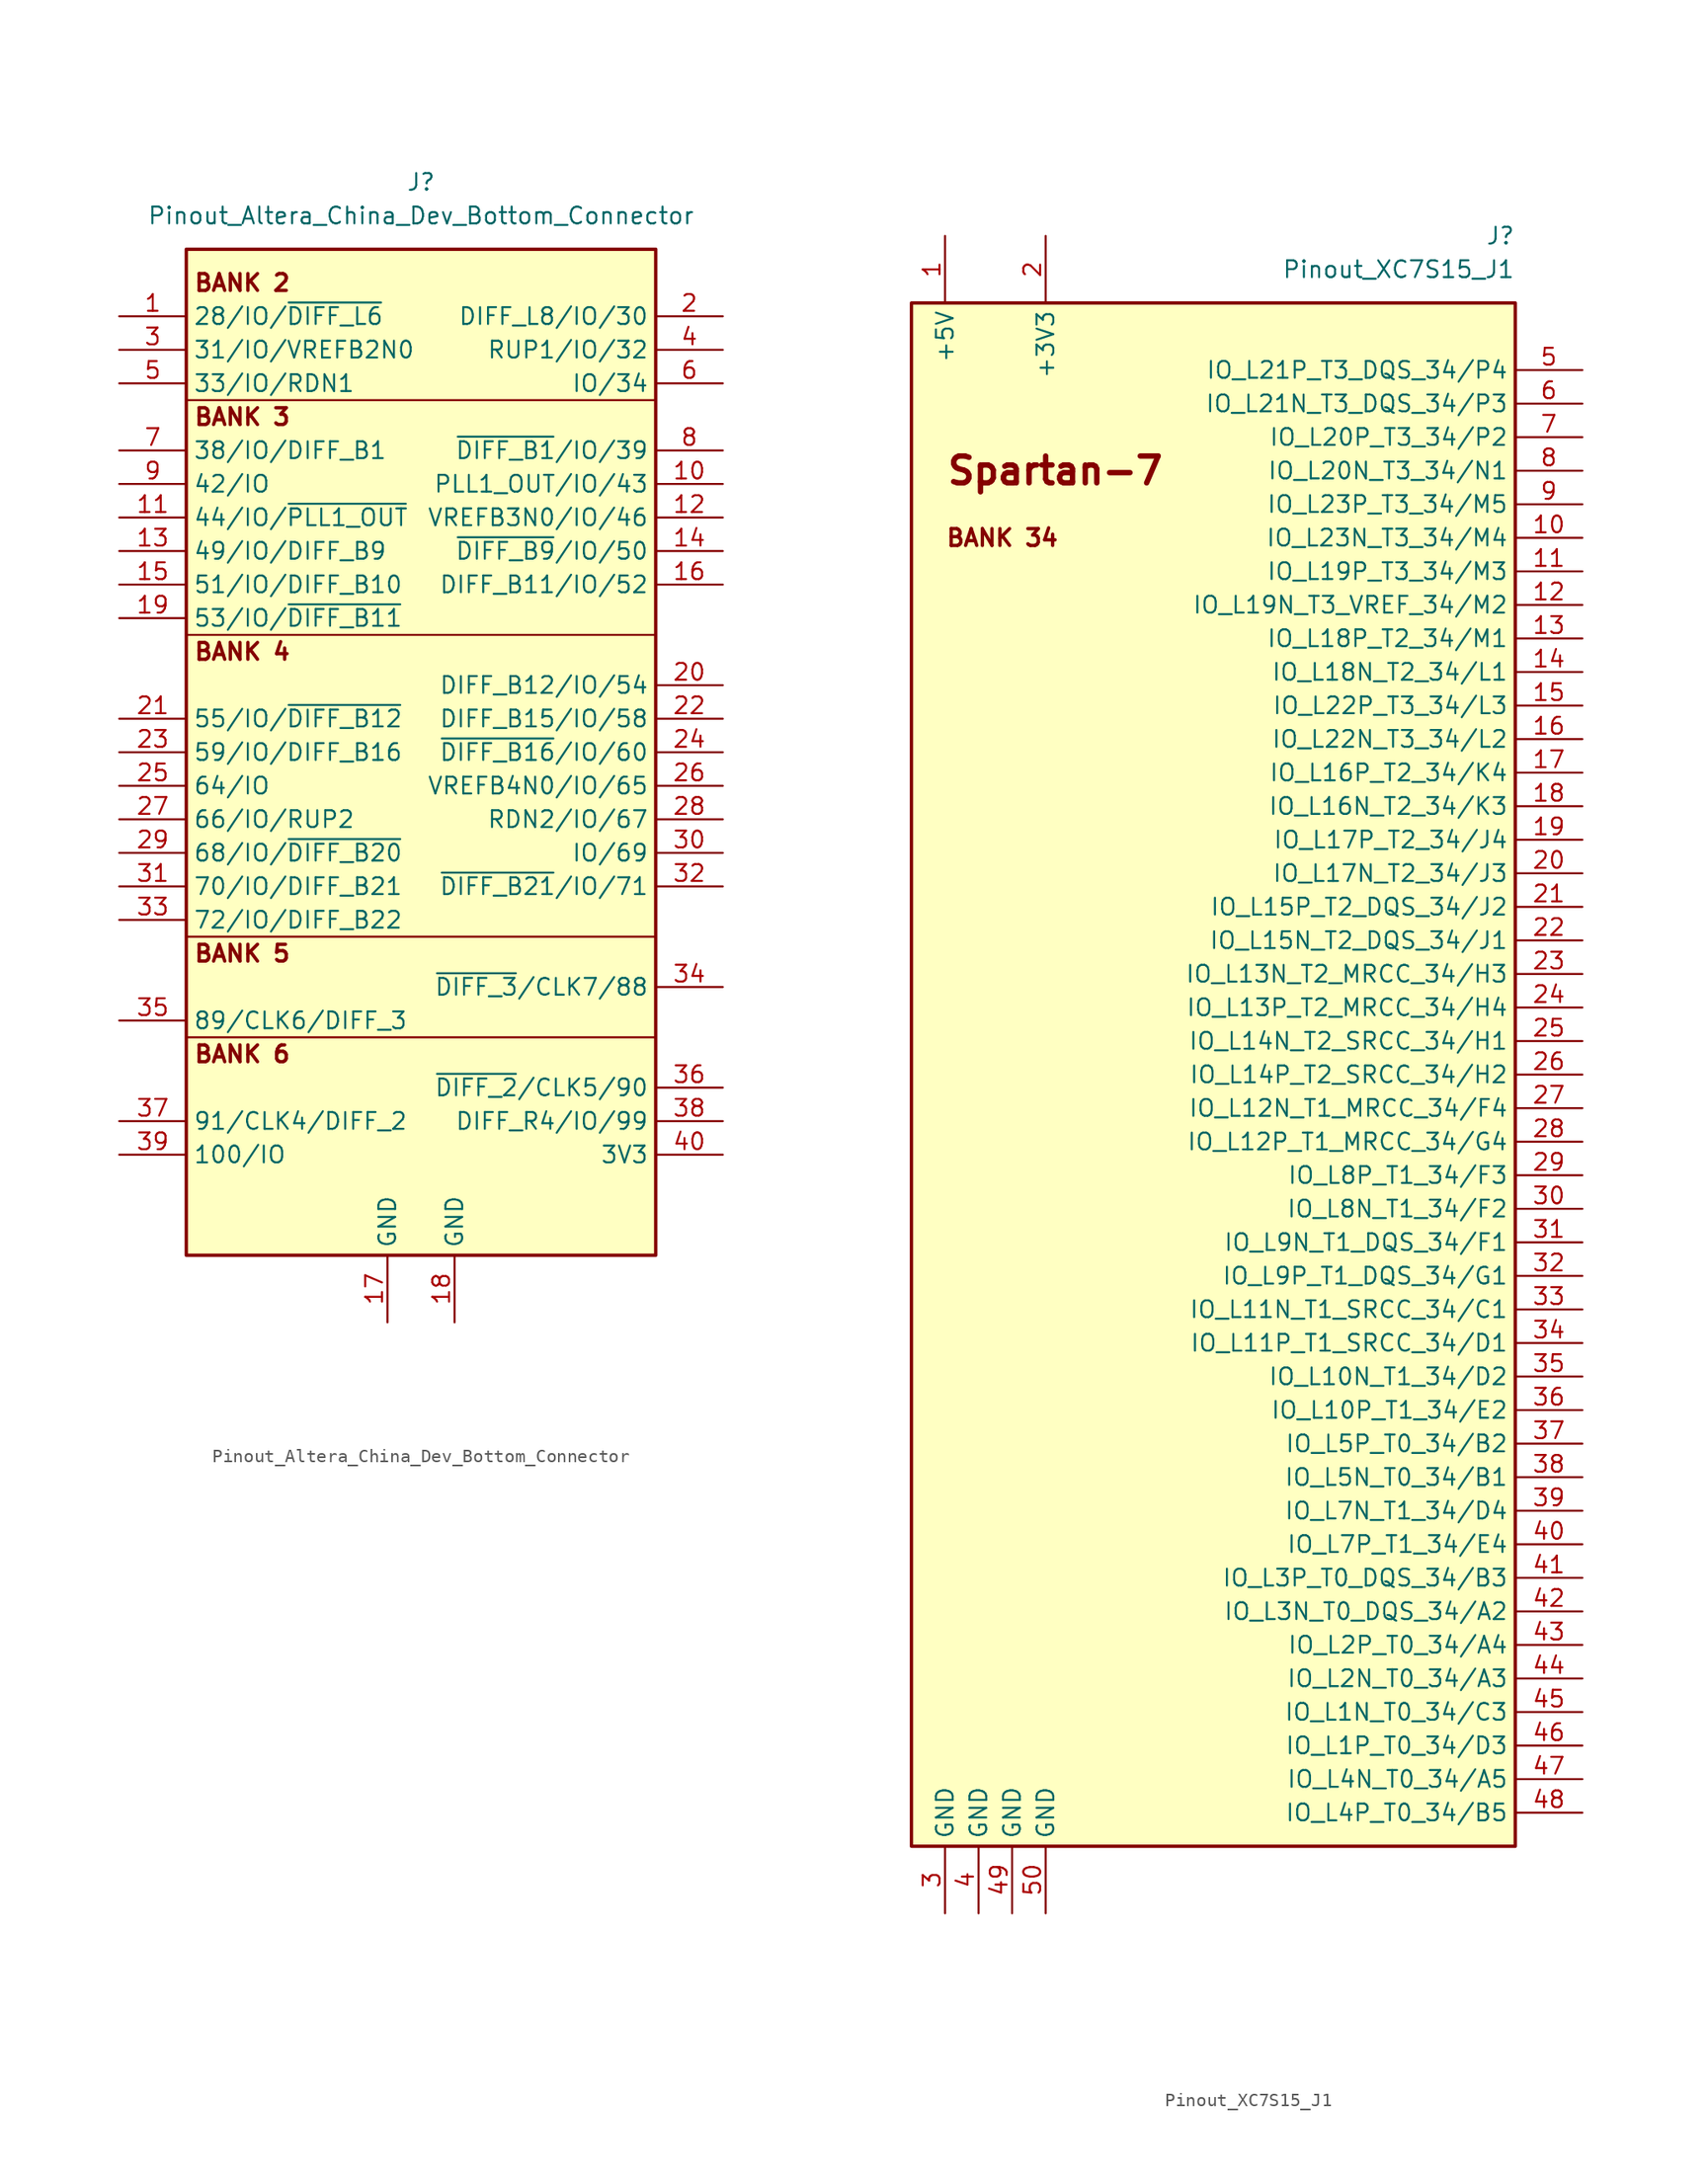
<source format=kicad_sym>
(kicad_symbol_lib
  (version 20201005)
  (generator kicad_symbol_editor)
  (symbol "KLIB_Connector_Pinout:Pinout_Altera_China_Dev_Bottom_Connector"
    (property "Reference" "J"
      (at 0 43.18 0)
      (effects (font (size 1.27 1.27))))
    (property "Value" "Pinout_Altera_China_Dev_Bottom_Connector"
      (at 0 40.64 0)
      (effects (font (size 1.27 1.27))))
    (symbol "Pinout_Altera_China_Dev_Bottom_Connector_0_0"
      (text "BANK 2" (at -17.272 35.56 0) (effects (font (size 1.27 1.27) bold) (justify left)))
      (text "BANK 3" (at -17.272 25.4 0) (effects (font (size 1.27 1.27) bold) (justify left)))
      (text "BANK 4" (at -17.272 7.62 0) (effects (font (size 1.27 1.27) bold) (justify left)))
      (text "BANK 5" (at -17.272 -15.24 0) (effects (font (size 1.27 1.27) bold) (justify left)))
      (text "BANK 6" (at -17.272 -22.86 0) (effects (font (size 1.27 1.27) bold) (justify left)))
      (polyline (pts (xy -17.78 -21.59) (xy 17.78 -21.59)) (stroke (width 0)) (fill (type none)))
      (polyline (pts (xy -17.78 -13.97) (xy 17.78 -13.97)) (stroke (width 0)) (fill (type none)))
      (polyline (pts (xy -17.78 8.89) (xy 17.78 8.89)) (stroke (width 0)) (fill (type none)))
      (polyline (pts (xy -17.78 26.67) (xy 17.78 26.67)) (stroke (width 0)) (fill (type none))))
    (symbol "Pinout_Altera_China_Dev_Bottom_Connector_0_1"
      (rectangle (start -17.78 38.1) (end 17.78 -38.1) (stroke (width 0.254)) (fill (type background))))
    (symbol "Pinout_Altera_China_Dev_Bottom_Connector_1_1"
      (pin bidirectional line (at -22.86 33.02 0) (length 5.08) (name "28/IO/~DIFF_L6" (effects (font (size 1.27 1.27)))) (number "1" (effects (font (size 1.27 1.27)))))
      (pin bidirectional line (at 22.86 20.32 180) (length 5.08) (name "PLL1_OUT/IO/43" (effects (font (size 1.27 1.27)))) (number "10" (effects (font (size 1.27 1.27)))))
      (pin bidirectional line (at -22.86 17.78 0) (length 5.08) (name "44/IO/~PLL1_OUT" (effects (font (size 1.27 1.27)))) (number "11" (effects (font (size 1.27 1.27)))))
      (pin bidirectional line (at 22.86 17.78 180) (length 5.08) (name "VREFB3N0/IO/46" (effects (font (size 1.27 1.27)))) (number "12" (effects (font (size 1.27 1.27)))))
      (pin bidirectional line (at -22.86 15.24 0) (length 5.08) (name "49/IO/DIFF_B9" (effects (font (size 1.27 1.27)))) (number "13" (effects (font (size 1.27 1.27)))))
      (pin bidirectional line (at 22.86 15.24 180) (length 5.08) (name "~DIFF_B9~/IO/50" (effects (font (size 1.27 1.27)))) (number "14" (effects (font (size 1.27 1.27)))))
      (pin bidirectional line (at -22.86 12.7 0) (length 5.08) (name "51/IO/DIFF_B10" (effects (font (size 1.27 1.27)))) (number "15" (effects (font (size 1.27 1.27)))))
      (pin bidirectional line (at 22.86 12.7 180) (length 5.08) (name "DIFF_B11/IO/52" (effects (font (size 1.27 1.27)))) (number "16" (effects (font (size 1.27 1.27)))))
      (pin power_in line (at -2.54 -43.18 90) (length 5.08) (name "GND" (effects (font (size 1.27 1.27)))) (number "17" (effects (font (size 1.27 1.27)))))
      (pin power_in line (at 2.54 -43.18 90) (length 5.08) (name "GND" (effects (font (size 1.27 1.27)))) (number "18" (effects (font (size 1.27 1.27)))))
      (pin bidirectional line (at -22.86 10.16 0) (length 5.08) (name "53/IO/~DIFF_B11" (effects (font (size 1.27 1.27)))) (number "19" (effects (font (size 1.27 1.27)))))
      (pin bidirectional line (at 22.86 33.02 180) (length 5.08) (name "DIFF_L8/IO/30" (effects (font (size 1.27 1.27)))) (number "2" (effects (font (size 1.27 1.27)))))
      (pin bidirectional line (at 22.86 5.08 180) (length 5.08) (name "DIFF_B12/IO/54" (effects (font (size 1.27 1.27)))) (number "20" (effects (font (size 1.27 1.27)))))
      (pin bidirectional line (at -22.86 2.54 0) (length 5.08) (name "55/IO/~DIFF_B12" (effects (font (size 1.27 1.27)))) (number "21" (effects (font (size 1.27 1.27)))))
      (pin bidirectional line (at 22.86 2.54 180) (length 5.08) (name "DIFF_B15/IO/58" (effects (font (size 1.27 1.27)))) (number "22" (effects (font (size 1.27 1.27)))))
      (pin bidirectional line (at -22.86 0 0) (length 5.08) (name "59/IO/DIFF_B16" (effects (font (size 1.27 1.27)))) (number "23" (effects (font (size 1.27 1.27)))))
      (pin bidirectional line (at 22.86 0 180) (length 5.08) (name "~DIFF_B16~/IO/60" (effects (font (size 1.27 1.27)))) (number "24" (effects (font (size 1.27 1.27)))))
      (pin bidirectional line (at -22.86 -2.54 0) (length 5.08) (name "64/IO" (effects (font (size 1.27 1.27)))) (number "25" (effects (font (size 1.27 1.27)))))
      (pin bidirectional line (at 22.86 -2.54 180) (length 5.08) (name "VREFB4N0/IO/65" (effects (font (size 1.27 1.27)))) (number "26" (effects (font (size 1.27 1.27)))))
      (pin bidirectional line (at -22.86 -5.08 0) (length 5.08) (name "66/IO/RUP2" (effects (font (size 1.27 1.27)))) (number "27" (effects (font (size 1.27 1.27)))))
      (pin bidirectional line (at 22.86 -5.08 180) (length 5.08) (name "RDN2/IO/67" (effects (font (size 1.27 1.27)))) (number "28" (effects (font (size 1.27 1.27)))))
      (pin bidirectional line (at -22.86 -7.62 0) (length 5.08) (name "68/IO/~DIFF_B20" (effects (font (size 1.27 1.27)))) (number "29" (effects (font (size 1.27 1.27)))))
      (pin bidirectional line (at -22.86 30.48 0) (length 5.08) (name "31/IO/VREFB2N0" (effects (font (size 1.27 1.27)))) (number "3" (effects (font (size 1.27 1.27)))))
      (pin bidirectional line (at 22.86 -7.62 180) (length 5.08) (name "IO/69" (effects (font (size 1.27 1.27)))) (number "30" (effects (font (size 1.27 1.27)))))
      (pin bidirectional line (at -22.86 -10.16 0) (length 5.08) (name "70/IO/DIFF_B21" (effects (font (size 1.27 1.27)))) (number "31" (effects (font (size 1.27 1.27)))))
      (pin bidirectional line (at 22.86 -10.16 180) (length 5.08) (name "~DIFF_B21~/IO/71" (effects (font (size 1.27 1.27)))) (number "32" (effects (font (size 1.27 1.27)))))
      (pin bidirectional line (at -22.86 -12.7 0) (length 5.08) (name "72/IO/DIFF_B22" (effects (font (size 1.27 1.27)))) (number "33" (effects (font (size 1.27 1.27)))))
      (pin input line (at 22.86 -17.78 180) (length 5.08) (name "~DIFF_3~/CLK7/88" (effects (font (size 1.27 1.27)))) (number "34" (effects (font (size 1.27 1.27)))))
      (pin input line (at -22.86 -20.32 0) (length 5.08) (name "89/CLK6/DIFF_3" (effects (font (size 1.27 1.27)))) (number "35" (effects (font (size 1.27 1.27)))))
      (pin input line (at 22.86 -25.4 180) (length 5.08) (name "~DIFF_2~/CLK5/90" (effects (font (size 1.27 1.27)))) (number "36" (effects (font (size 1.27 1.27)))))
      (pin input line (at -22.86 -27.94 0) (length 5.08) (name "91/CLK4/DIFF_2" (effects (font (size 1.27 1.27)))) (number "37" (effects (font (size 1.27 1.27)))))
      (pin bidirectional line (at 22.86 -27.94 180) (length 5.08) (name "DIFF_R4/IO/99" (effects (font (size 1.27 1.27)))) (number "38" (effects (font (size 1.27 1.27)))))
      (pin bidirectional line (at -22.86 -30.48 0) (length 5.08) (name "100/IO" (effects (font (size 1.27 1.27)))) (number "39" (effects (font (size 1.27 1.27)))))
      (pin bidirectional line (at 22.86 30.48 180) (length 5.08) (name "RUP1/IO/32" (effects (font (size 1.27 1.27)))) (number "4" (effects (font (size 1.27 1.27)))))
      (pin power_out line (at 22.86 -30.48 180) (length 5.08) (name "3V3" (effects (font (size 1.27 1.27)))) (number "40" (effects (font (size 1.27 1.27)))))
      (pin bidirectional line (at -22.86 27.94 0) (length 5.08) (name "33/IO/RDN1" (effects (font (size 1.27 1.27)))) (number "5" (effects (font (size 1.27 1.27)))))
      (pin bidirectional line (at 22.86 27.94 180) (length 5.08) (name "IO/34" (effects (font (size 1.27 1.27)))) (number "6" (effects (font (size 1.27 1.27)))))
      (pin bidirectional line (at -22.86 22.86 0) (length 5.08) (name "38/IO/DIFF_B1" (effects (font (size 1.27 1.27)))) (number "7" (effects (font (size 1.27 1.27)))))
      (pin bidirectional line (at 22.86 22.86 180) (length 5.08) (name "~DIFF_B1~/IO/39" (effects (font (size 1.27 1.27)))) (number "8" (effects (font (size 1.27 1.27)))))
      (pin bidirectional line (at -22.86 20.32 0) (length 5.08) (name "42/IO" (effects (font (size 1.27 1.27)))) (number "9" (effects (font (size 1.27 1.27)))))))
  (symbol "KLIB_Connector_Pinout:Pinout_XC7S15_J1"
    (property "Reference" "J"
      (at 22.86 63.5 0)
      (effects (font (size 1.27 1.27)) (justify right)))
    (property "Value" "Pinout_XC7S15_J1"
      (at 22.86 60.96 0)
      (effects (font (size 1.27 1.27)) (justify right)))
    (symbol "Pinout_XC7S15_J1_0_1"
      (text "BANK 34" (at -20.32 40.64 0) (effects (font (size 1.27 1.27) bold) (justify left)))
      (text "Spartan-7" (at -20.32 45.72 0) (effects (font (size 2.032 2.032) bold) (justify left)))
      (rectangle (start -22.86 58.42) (end 22.86 -58.42) (stroke (width 0.254)) (fill (type background)))
      (pin power_out line (at -20.32 63.5 270) (length 5.08) (name "+5V" (effects (font (size 1.27 1.27)))) (number "1" (effects (font (size 1.27 1.27)))))
      (pin power_out line (at -12.7 63.5 270) (length 5.08) (name "+3V3" (effects (font (size 1.27 1.27)))) (number "2" (effects (font (size 1.27 1.27)))))
      (pin power_in line (at -20.32 -63.5 90) (length 5.08) (name "GND" (effects (font (size 1.27 1.27)))) (number "3" (effects (font (size 1.27 1.27)))))
      (pin power_in line (at -17.78 -63.5 90) (length 5.08) (name "GND" (effects (font (size 1.27 1.27)))) (number "4" (effects (font (size 1.27 1.27)))))
      (pin power_in line (at -15.24 -63.5 90) (length 5.08) (name "GND" (effects (font (size 1.27 1.27)))) (number "49" (effects (font (size 1.27 1.27)))))
      (pin power_in line (at -12.7 -63.5 90) (length 5.08) (name "GND" (effects (font (size 1.27 1.27)))) (number "50" (effects (font (size 1.27 1.27))))))
    (symbol "Pinout_XC7S15_J1_1_1"
      (pin bidirectional line (at 27.94 40.64 180) (length 5.08) (name "IO_L23N_T3_34/M4" (effects (font (size 1.27 1.27)))) (number "10" (effects (font (size 1.27 1.27)))))
      (pin bidirectional line (at 27.94 38.1 180) (length 5.08) (name "IO_L19P_T3_34/M3" (effects (font (size 1.27 1.27)))) (number "11" (effects (font (size 1.27 1.27)))))
      (pin bidirectional line (at 27.94 35.56 180) (length 5.08) (name "IO_L19N_T3_VREF_34/M2" (effects (font (size 1.27 1.27)))) (number "12" (effects (font (size 1.27 1.27)))))
      (pin bidirectional line (at 27.94 33.02 180) (length 5.08) (name "IO_L18P_T2_34/M1" (effects (font (size 1.27 1.27)))) (number "13" (effects (font (size 1.27 1.27)))))
      (pin bidirectional line (at 27.94 30.48 180) (length 5.08) (name "IO_L18N_T2_34/L1" (effects (font (size 1.27 1.27)))) (number "14" (effects (font (size 1.27 1.27)))))
      (pin bidirectional line (at 27.94 27.94 180) (length 5.08) (name "IO_L22P_T3_34/L3" (effects (font (size 1.27 1.27)))) (number "15" (effects (font (size 1.27 1.27)))))
      (pin bidirectional line (at 27.94 25.4 180) (length 5.08) (name "IO_L22N_T3_34/L2" (effects (font (size 1.27 1.27)))) (number "16" (effects (font (size 1.27 1.27)))))
      (pin bidirectional line (at 27.94 22.86 180) (length 5.08) (name "IO_L16P_T2_34/K4" (effects (font (size 1.27 1.27)))) (number "17" (effects (font (size 1.27 1.27)))))
      (pin bidirectional line (at 27.94 20.32 180) (length 5.08) (name "IO_L16N_T2_34/K3" (effects (font (size 1.27 1.27)))) (number "18" (effects (font (size 1.27 1.27)))))
      (pin bidirectional line (at 27.94 17.78 180) (length 5.08) (name "IO_L17P_T2_34/J4" (effects (font (size 1.27 1.27)))) (number "19" (effects (font (size 1.27 1.27)))))
      (pin bidirectional line (at 27.94 15.24 180) (length 5.08) (name "IO_L17N_T2_34/J3" (effects (font (size 1.27 1.27)))) (number "20" (effects (font (size 1.27 1.27)))))
      (pin bidirectional line (at 27.94 12.7 180) (length 5.08) (name "IO_L15P_T2_DQS_34/J2" (effects (font (size 1.27 1.27)))) (number "21" (effects (font (size 1.27 1.27)))))
      (pin bidirectional line (at 27.94 10.16 180) (length 5.08) (name "IO_L15N_T2_DQS_34/J1" (effects (font (size 1.27 1.27)))) (number "22" (effects (font (size 1.27 1.27)))))
      (pin bidirectional line (at 27.94 7.62 180) (length 5.08) (name "IO_L13N_T2_MRCC_34/H3" (effects (font (size 1.27 1.27)))) (number "23" (effects (font (size 1.27 1.27)))))
      (pin bidirectional line (at 27.94 5.08 180) (length 5.08) (name "IO_L13P_T2_MRCC_34/H4" (effects (font (size 1.27 1.27)))) (number "24" (effects (font (size 1.27 1.27)))))
      (pin bidirectional line (at 27.94 2.54 180) (length 5.08) (name "IO_L14N_T2_SRCC_34/H1" (effects (font (size 1.27 1.27)))) (number "25" (effects (font (size 1.27 1.27)))))
      (pin bidirectional line (at 27.94 0 180) (length 5.08) (name "IO_L14P_T2_SRCC_34/H2" (effects (font (size 1.27 1.27)))) (number "26" (effects (font (size 1.27 1.27)))))
      (pin bidirectional line (at 27.94 -2.54 180) (length 5.08) (name "IO_L12N_T1_MRCC_34/F4" (effects (font (size 1.27 1.27)))) (number "27" (effects (font (size 1.27 1.27)))))
      (pin bidirectional line (at 27.94 -5.08 180) (length 5.08) (name "IO_L12P_T1_MRCC_34/G4" (effects (font (size 1.27 1.27)))) (number "28" (effects (font (size 1.27 1.27)))))
      (pin bidirectional line (at 27.94 -7.62 180) (length 5.08) (name "IO_L8P_T1_34/F3" (effects (font (size 1.27 1.27)))) (number "29" (effects (font (size 1.27 1.27)))))
      (pin bidirectional line (at 27.94 -10.16 180) (length 5.08) (name "IO_L8N_T1_34/F2" (effects (font (size 1.27 1.27)))) (number "30" (effects (font (size 1.27 1.27)))))
      (pin bidirectional line (at 27.94 -12.7 180) (length 5.08) (name "IO_L9N_T1_DQS_34/F1" (effects (font (size 1.27 1.27)))) (number "31" (effects (font (size 1.27 1.27)))))
      (pin bidirectional line (at 27.94 -15.24 180) (length 5.08) (name "IO_L9P_T1_DQS_34/G1" (effects (font (size 1.27 1.27)))) (number "32" (effects (font (size 1.27 1.27)))))
      (pin bidirectional line (at 27.94 -17.78 180) (length 5.08) (name "IO_L11N_T1_SRCC_34/C1" (effects (font (size 1.27 1.27)))) (number "33" (effects (font (size 1.27 1.27)))))
      (pin bidirectional line (at 27.94 -20.32 180) (length 5.08) (name "IO_L11P_T1_SRCC_34/D1" (effects (font (size 1.27 1.27)))) (number "34" (effects (font (size 1.27 1.27)))))
      (pin bidirectional line (at 27.94 -22.86 180) (length 5.08) (name "IO_L10N_T1_34/D2" (effects (font (size 1.27 1.27)))) (number "35" (effects (font (size 1.27 1.27)))))
      (pin bidirectional line (at 27.94 -25.4 180) (length 5.08) (name "IO_L10P_T1_34/E2" (effects (font (size 1.27 1.27)))) (number "36" (effects (font (size 1.27 1.27)))))
      (pin bidirectional line (at 27.94 -27.94 180) (length 5.08) (name "IO_L5P_T0_34/B2" (effects (font (size 1.27 1.27)))) (number "37" (effects (font (size 1.27 1.27)))))
      (pin bidirectional line (at 27.94 -30.48 180) (length 5.08) (name "IO_L5N_T0_34/B1" (effects (font (size 1.27 1.27)))) (number "38" (effects (font (size 1.27 1.27)))))
      (pin bidirectional line (at 27.94 -33.02 180) (length 5.08) (name "IO_L7N_T1_34/D4" (effects (font (size 1.27 1.27)))) (number "39" (effects (font (size 1.27 1.27)))))
      (pin bidirectional line (at 27.94 -35.56 180) (length 5.08) (name "IO_L7P_T1_34/E4" (effects (font (size 1.27 1.27)))) (number "40" (effects (font (size 1.27 1.27)))))
      (pin bidirectional line (at 27.94 -38.1 180) (length 5.08) (name "IO_L3P_T0_DQS_34/B3" (effects (font (size 1.27 1.27)))) (number "41" (effects (font (size 1.27 1.27)))))
      (pin bidirectional line (at 27.94 -40.64 180) (length 5.08) (name "IO_L3N_T0_DQS_34/A2" (effects (font (size 1.27 1.27)))) (number "42" (effects (font (size 1.27 1.27)))))
      (pin bidirectional line (at 27.94 -43.18 180) (length 5.08) (name "IO_L2P_T0_34/A4" (effects (font (size 1.27 1.27)))) (number "43" (effects (font (size 1.27 1.27)))))
      (pin bidirectional line (at 27.94 -45.72 180) (length 5.08) (name "IO_L2N_T0_34/A3" (effects (font (size 1.27 1.27)))) (number "44" (effects (font (size 1.27 1.27)))))
      (pin bidirectional line (at 27.94 -48.26 180) (length 5.08) (name "IO_L1N_T0_34/C3" (effects (font (size 1.27 1.27)))) (number "45" (effects (font (size 1.27 1.27)))))
      (pin bidirectional line (at 27.94 -50.8 180) (length 5.08) (name "IO_L1P_T0_34/D3" (effects (font (size 1.27 1.27)))) (number "46" (effects (font (size 1.27 1.27)))))
      (pin bidirectional line (at 27.94 -53.34 180) (length 5.08) (name "IO_L4N_T0_34/A5" (effects (font (size 1.27 1.27)))) (number "47" (effects (font (size 1.27 1.27)))))
      (pin bidirectional line (at 27.94 -55.88 180) (length 5.08) (name "IO_L4P_T0_34/B5" (effects (font (size 1.27 1.27)))) (number "48" (effects (font (size 1.27 1.27)))))
      (pin bidirectional line (at 27.94 53.34 180) (length 5.08) (name "IO_L21P_T3_DQS_34/P4" (effects (font (size 1.27 1.27)))) (number "5" (effects (font (size 1.27 1.27)))))
      (pin bidirectional line (at 27.94 50.8 180) (length 5.08) (name "IO_L21N_T3_DQS_34/P3" (effects (font (size 1.27 1.27)))) (number "6" (effects (font (size 1.27 1.27)))))
      (pin bidirectional line (at 27.94 48.26 180) (length 5.08) (name "IO_L20P_T3_34/P2" (effects (font (size 1.27 1.27)))) (number "7" (effects (font (size 1.27 1.27)))))
      (pin bidirectional line (at 27.94 45.72 180) (length 5.08) (name "IO_L20N_T3_34/N1" (effects (font (size 1.27 1.27)))) (number "8" (effects (font (size 1.27 1.27)))))
      (pin bidirectional line (at 27.94 43.18 180) (length 5.08) (name "IO_L23P_T3_34/M5" (effects (font (size 1.27 1.27)))) (number "9" (effects (font (size 1.27 1.27))))))))
</source>
